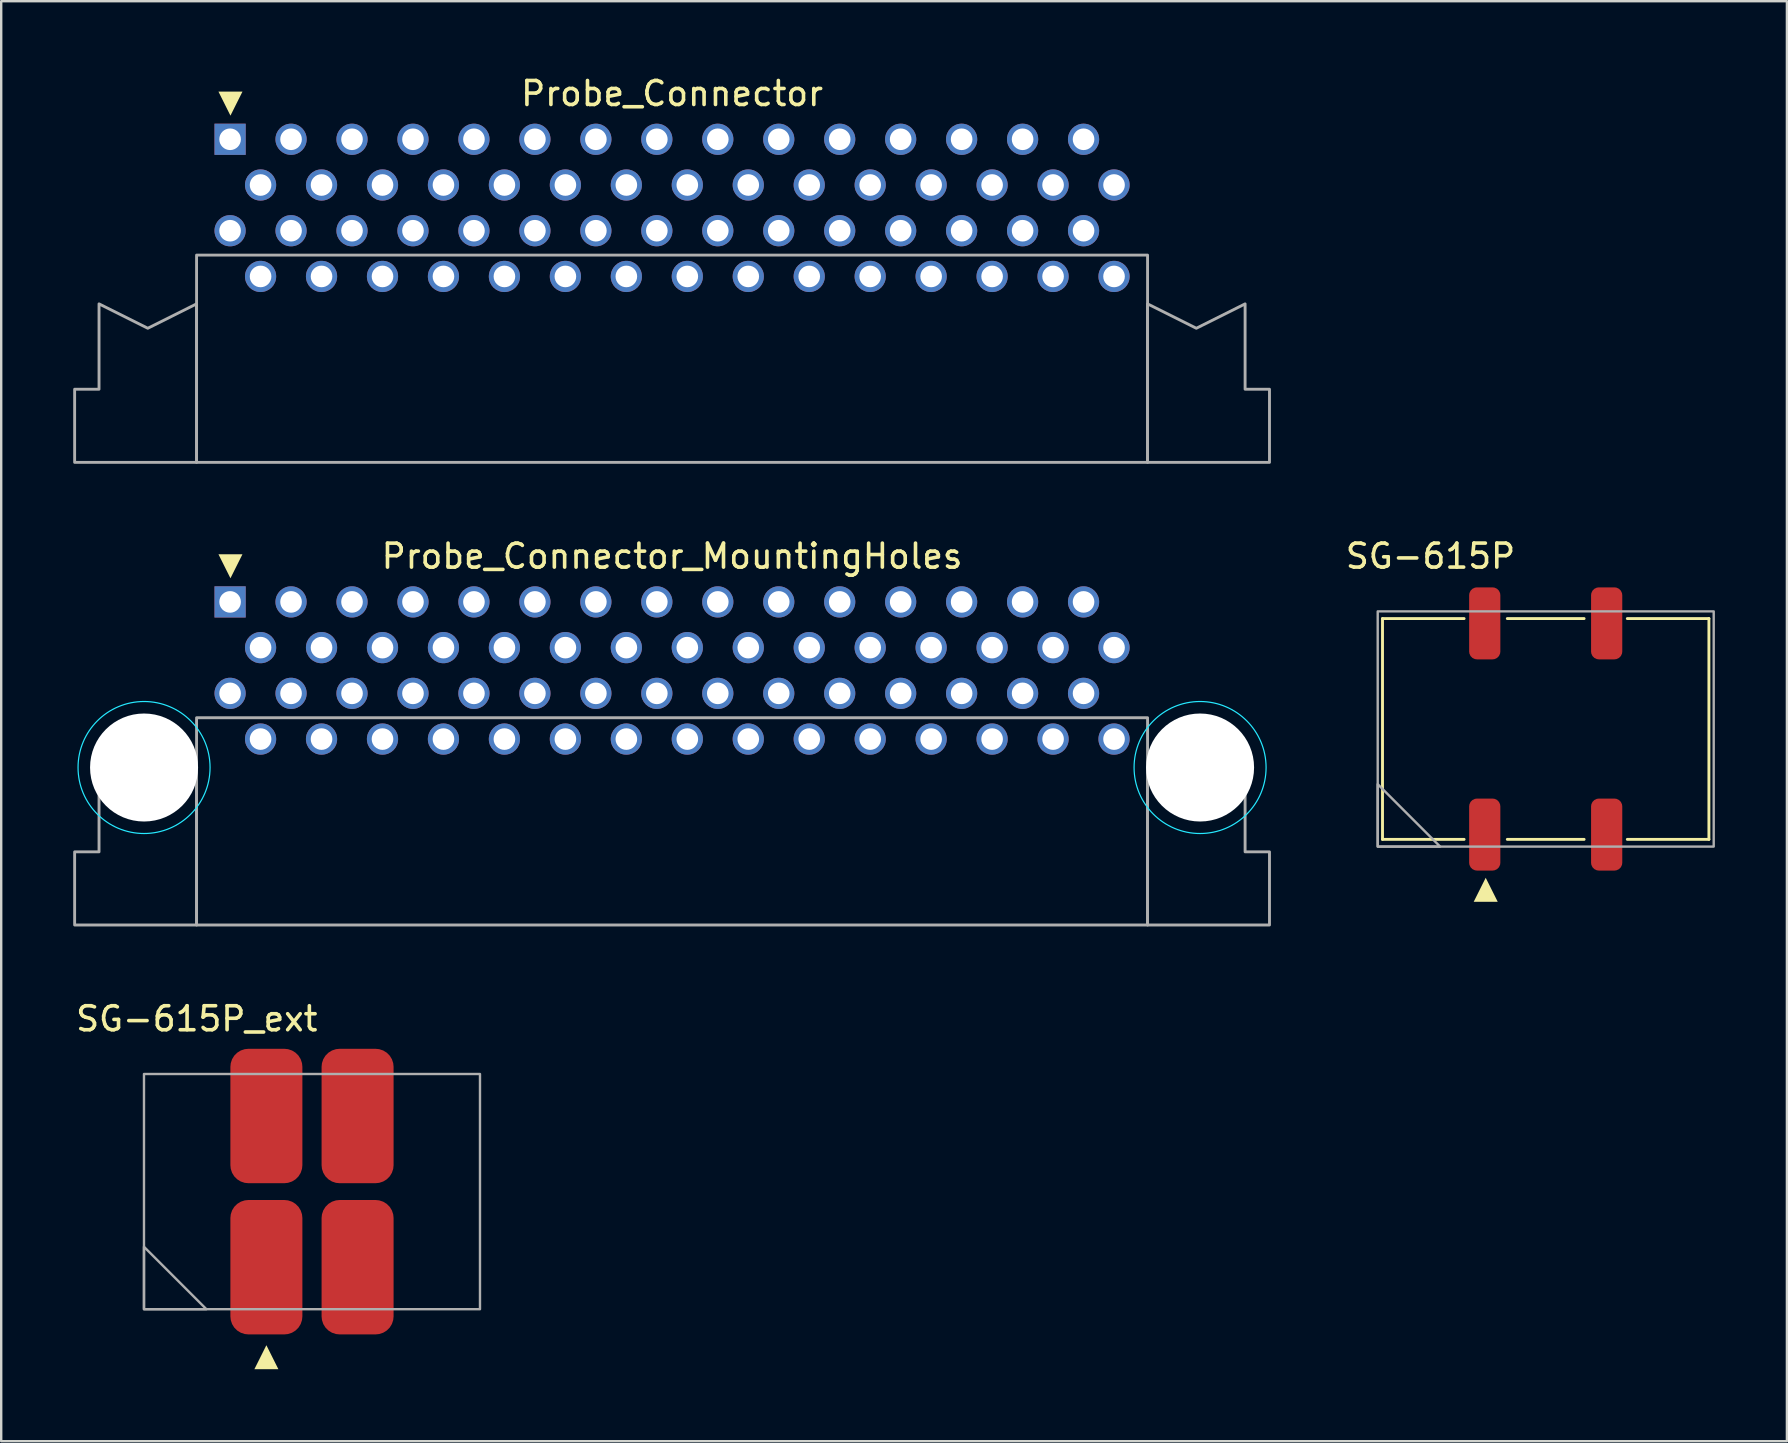
<source format=kicad_pcb>
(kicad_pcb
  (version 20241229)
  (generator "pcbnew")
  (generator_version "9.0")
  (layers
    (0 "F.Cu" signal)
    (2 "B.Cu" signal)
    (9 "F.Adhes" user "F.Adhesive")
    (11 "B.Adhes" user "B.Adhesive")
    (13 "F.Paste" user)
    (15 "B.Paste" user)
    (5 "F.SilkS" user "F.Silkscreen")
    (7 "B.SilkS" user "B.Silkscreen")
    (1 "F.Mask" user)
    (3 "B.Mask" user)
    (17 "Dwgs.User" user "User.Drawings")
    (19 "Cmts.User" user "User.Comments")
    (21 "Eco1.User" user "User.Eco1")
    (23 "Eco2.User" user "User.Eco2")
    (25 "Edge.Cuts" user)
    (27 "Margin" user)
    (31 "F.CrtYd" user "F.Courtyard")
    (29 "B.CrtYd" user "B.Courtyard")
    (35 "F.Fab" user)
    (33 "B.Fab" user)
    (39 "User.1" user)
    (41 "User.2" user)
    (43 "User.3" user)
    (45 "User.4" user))
  (footprint "Probe_Connector"
    (layer "F.Cu")
    (at 24.952 8.468)
    (property "Reference" "Probe_Connector" (at 0 -7.62 0) (unlocked yes) (layer "F.SilkS") (effects (font (size 1 1) (thickness 0.15))))
    (attr through_hole)
    (fp_poly (pts (xy -18.9 -7.7) (xy -17.9 -7.7) (xy -18.4 -6.7)) (stroke (width 0) (type solid)) (fill yes) (layer "F.SilkS"))
    (fp_rect (start -19.812 -0.889) (end 19.812 7.747) (stroke (width 0.12) (type default)) (fill no) (layer "F.Fab"))
    (fp_poly (pts (xy -23.876 1.143) (xy -21.844 2.159) (xy -19.812 1.143) (xy -19.812 7.747) (xy -24.892 7.747) (xy -24.892 4.699) (xy -23.876 4.699)) (stroke (width 0.12) (type solid)) (fill no) (layer "F.Fab"))
    (fp_poly (pts (xy 19.812 1.143) (xy 21.844 2.159) (xy 23.876 1.143) (xy 23.876 4.699) (xy 24.892 4.699) (xy 24.892 7.747) (xy 19.812 7.747)) (stroke (width 0.12) (type solid)) (fill no) (layer "F.Fab"))
    (pad "1" thru_hole rect (at -18.415 -5.715) (size 1.3 1.3) (drill 0.9) (layers "*.Cu" "*.Mask"))
    (pad "2" thru_hole circle (at -18.415 -1.905) (size 1.3 1.3) (drill 0.9) (layers "*.Cu" "*.Mask"))
    (pad "3" thru_hole circle (at -17.145 -3.81) (size 1.3 1.3) (drill 0.9) (layers "*.Cu" "*.Mask"))
    (pad "4" thru_hole circle (at -17.145 0) (size 1.3 1.3) (drill 0.9) (layers "*.Cu" "*.Mask"))
    (pad "5" thru_hole circle (at -15.875 -5.715) (size 1.3 1.3) (drill 0.9) (layers "*.Cu" "*.Mask"))
    (pad "6" thru_hole circle (at -15.875 -1.905) (size 1.3 1.3) (drill 0.9) (layers "*.Cu" "*.Mask"))
    (pad "7" thru_hole circle (at -14.605 -3.81) (size 1.3 1.3) (drill 0.9) (layers "*.Cu" "*.Mask"))
    (pad "8" thru_hole circle (at -14.605 0) (size 1.3 1.3) (drill 0.9) (layers "*.Cu" "*.Mask"))
    (pad "9" thru_hole circle (at -13.335 -5.715) (size 1.3 1.3) (drill 0.9) (layers "*.Cu" "*.Mask"))
    (pad "10" thru_hole circle (at -13.335 -1.905) (size 1.3 1.3) (drill 0.9) (layers "*.Cu" "*.Mask"))
    (pad "11" thru_hole circle (at -12.065 -3.81) (size 1.3 1.3) (drill 0.9) (layers "*.Cu" "*.Mask"))
    (pad "12" thru_hole circle (at -12.065 0) (size 1.3 1.3) (drill 0.9) (layers "*.Cu" "*.Mask"))
    (pad "13" thru_hole circle (at -10.795 -5.715) (size 1.3 1.3) (drill 0.9) (layers "*.Cu" "*.Mask"))
    (pad "14" thru_hole circle (at -10.795 -1.905) (size 1.3 1.3) (drill 0.9) (layers "*.Cu" "*.Mask"))
    (pad "15" thru_hole circle (at -9.525 -3.81) (size 1.3 1.3) (drill 0.9) (layers "*.Cu" "*.Mask"))
    (pad "16" thru_hole circle (at -9.525 0) (size 1.3 1.3) (drill 0.9) (layers "*.Cu" "*.Mask"))
    (pad "17" thru_hole circle (at -8.255 -5.715) (size 1.3 1.3) (drill 0.9) (layers "*.Cu" "*.Mask"))
    (pad "18" thru_hole circle (at -8.255 -1.905) (size 1.3 1.3) (drill 0.9) (layers "*.Cu" "*.Mask"))
    (pad "19" thru_hole circle (at -6.985 -3.81) (size 1.3 1.3) (drill 0.9) (layers "*.Cu" "*.Mask"))
    (pad "20" thru_hole circle (at -6.985 0) (size 1.3 1.3) (drill 0.9) (layers "*.Cu" "*.Mask"))
    (pad "21" thru_hole circle (at -5.715 -5.715) (size 1.3 1.3) (drill 0.9) (layers "*.Cu" "*.Mask"))
    (pad "22" thru_hole circle (at -5.715 -1.905) (size 1.3 1.3) (drill 0.9) (layers "*.Cu" "*.Mask"))
    (pad "23" thru_hole circle (at -4.445 -3.81) (size 1.3 1.3) (drill 0.9) (layers "*.Cu" "*.Mask"))
    (pad "24" thru_hole circle (at -4.445 0) (size 1.3 1.3) (drill 0.9) (layers "*.Cu" "*.Mask"))
    (pad "25" thru_hole circle (at -3.175 -5.715) (size 1.3 1.3) (drill 0.9) (layers "*.Cu" "*.Mask"))
    (pad "26" thru_hole circle (at -3.175 -1.905) (size 1.3 1.3) (drill 0.9) (layers "*.Cu" "*.Mask"))
    (pad "27" thru_hole circle (at -1.905 -3.81) (size 1.3 1.3) (drill 0.9) (layers "*.Cu" "*.Mask"))
    (pad "28" thru_hole circle (at -1.905 0) (size 1.3 1.3) (drill 0.9) (layers "*.Cu" "*.Mask"))
    (pad "29" thru_hole circle (at -0.635 -5.715) (size 1.3 1.3) (drill 0.9) (layers "*.Cu" "*.Mask"))
    (pad "30" thru_hole circle (at -0.635 -1.905) (size 1.3 1.3) (drill 0.9) (layers "*.Cu" "*.Mask"))
    (pad "31" thru_hole circle (at 0.635 -3.81) (size 1.3 1.3) (drill 0.9) (layers "*.Cu" "*.Mask"))
    (pad "32" thru_hole circle (at 0.635 0) (size 1.3 1.3) (drill 0.9) (layers "*.Cu" "*.Mask"))
    (pad "33" thru_hole circle (at 1.905 -5.715) (size 1.3 1.3) (drill 0.9) (layers "*.Cu" "*.Mask"))
    (pad "34" thru_hole circle (at 1.905 -1.905) (size 1.3 1.3) (drill 0.9) (layers "*.Cu" "*.Mask"))
    (pad "35" thru_hole circle (at 3.175 -3.81) (size 1.3 1.3) (drill 0.9) (layers "*.Cu" "*.Mask"))
    (pad "36" thru_hole circle (at 3.175 0) (size 1.3 1.3) (drill 0.9) (layers "*.Cu" "*.Mask"))
    (pad "37" thru_hole circle (at 4.445 -5.715) (size 1.3 1.3) (drill 0.9) (layers "*.Cu" "*.Mask"))
    (pad "38" thru_hole circle (at 4.445 -1.905) (size 1.3 1.3) (drill 0.9) (layers "*.Cu" "*.Mask"))
    (pad "39" thru_hole circle (at 5.715 -3.81) (size 1.3 1.3) (drill 0.9) (layers "*.Cu" "*.Mask"))
    (pad "40" thru_hole circle (at 5.715 0) (size 1.3 1.3) (drill 0.9) (layers "*.Cu" "*.Mask"))
    (pad "41" thru_hole circle (at 6.985 -5.715) (size 1.3 1.3) (drill 0.9) (layers "*.Cu" "*.Mask"))
    (pad "42" thru_hole circle (at 6.985 -1.905) (size 1.3 1.3) (drill 0.9) (layers "*.Cu" "*.Mask"))
    (pad "43" thru_hole circle (at 8.255 -3.81) (size 1.3 1.3) (drill 0.9) (layers "*.Cu" "*.Mask"))
    (pad "44" thru_hole circle (at 8.255 0) (size 1.3 1.3) (drill 0.9) (layers "*.Cu" "*.Mask"))
    (pad "45" thru_hole circle (at 9.525 -5.715) (size 1.3 1.3) (drill 0.9) (layers "*.Cu" "*.Mask"))
    (pad "46" thru_hole circle (at 9.525 -1.905) (size 1.3 1.3) (drill 0.9) (layers "*.Cu" "*.Mask"))
    (pad "47" thru_hole circle (at 10.795 -3.81) (size 1.3 1.3) (drill 0.9) (layers "*.Cu" "*.Mask"))
    (pad "48" thru_hole circle (at 10.795 0) (size 1.3 1.3) (drill 0.9) (layers "*.Cu" "*.Mask"))
    (pad "49" thru_hole circle (at 12.065 -5.715) (size 1.3 1.3) (drill 0.9) (layers "*.Cu" "*.Mask"))
    (pad "50" thru_hole circle (at 12.065 -1.905) (size 1.3 1.3) (drill 0.9) (layers "*.Cu" "*.Mask"))
    (pad "51" thru_hole circle (at 13.335 -3.81) (size 1.3 1.3) (drill 0.9) (layers "*.Cu" "*.Mask"))
    (pad "52" thru_hole circle (at 13.335 0) (size 1.3 1.3) (drill 0.9) (layers "*.Cu" "*.Mask"))
    (pad "53" thru_hole circle (at 14.605 -5.715) (size 1.3 1.3) (drill 0.9) (layers "*.Cu" "*.Mask"))
    (pad "54" thru_hole circle (at 14.605 -1.905) (size 1.3 1.3) (drill 0.9) (layers "*.Cu" "*.Mask"))
    (pad "55" thru_hole circle (at 15.875 -3.81) (size 1.3 1.3) (drill 0.9) (layers "*.Cu" "*.Mask"))
    (pad "56" thru_hole circle (at 15.875 0) (size 1.3 1.3) (drill 0.9) (layers "*.Cu" "*.Mask"))
    (pad "57" thru_hole circle (at 17.145 -5.715) (size 1.3 1.3) (drill 0.9) (layers "*.Cu" "*.Mask"))
    (pad "58" thru_hole circle (at 17.145 -1.905) (size 1.3 1.3) (drill 0.9) (layers "*.Cu" "*.Mask"))
    (pad "59" thru_hole circle (at 18.415 -3.81) (size 1.3 1.3) (drill 0.9) (layers "*.Cu" "*.Mask"))
    (pad "60" thru_hole circle (at 18.415 0) (size 1.3 1.3) (drill 0.9) (layers "*.Cu" "*.Mask")))
  (footprint "SG-615P_ext"
    (layer "F.Cu")
    (at 9.949 46.599)
    (property "Reference" "SG-615P_ext" (at -4.8 -7.2 0) (unlocked yes) (layer "F.SilkS") (effects (font (size 1 1) (thickness 0.15))))
    (attr smd)
    (fp_poly (pts (xy -1.4 7.4) (xy -2.4 7.4) (xy -1.9 6.4)) (stroke (width 0) (type solid)) (fill yes) (layer "F.SilkS"))
    (fp_rect (start -7 -4.9) (end 7 4.9) (stroke (width 0.1) (type default)) (fill no) (layer "F.Fab"))
    (fp_poly (pts (xy -7 4.9) (xy -7 2.3) (xy -4.4 4.9)) (stroke (width 0.1) (type solid)) (fill no) (layer "F.Fab"))
    (pad "1" smd roundrect (at -1.9 3.15) (size 3 5.6) (layers "F.Cu" "F.Mask" "F.Paste") (roundrect_rratio 0.25))
    (pad "2" smd roundrect (at 1.9 3.15) (size 3 5.6) (layers "F.Cu" "F.Mask" "F.Paste") (roundrect_rratio 0.25))
    (pad "3" smd roundrect (at 1.9 -3.15) (size 3 5.6) (layers "F.Cu" "F.Mask" "F.Paste") (roundrect_rratio 0.25))
    (pad "4" smd roundrect (at -1.9 -3.15) (size 3 5.6) (layers "F.Cu" "F.Mask" "F.Paste") (roundrect_rratio 0.25)))
  (footprint "Probe_Connector_MountingHoles"
    (layer "F.Cu")
    (at 24.952 27.744)
    (property "Reference" "Probe_Connector_MountingHoles" (at 0 -7.62 0) (unlocked yes) (layer "F.SilkS") (effects (font (size 1 1) (thickness 0.15))))
    (attr through_hole)
    (fp_poly (pts (xy -18.9 -7.7) (xy -17.9 -7.7) (xy -18.4 -6.7)) (stroke (width 0) (type solid)) (fill yes) (layer "F.SilkS"))
    (fp_circle (center -22 1.185) (end -19.25 1.185) (stroke (width 0.05) (type default)) (fill no) (layer "B.CrtYd"))
    (fp_circle (center 22 1.185) (end 24.75 1.185) (stroke (width 0.05) (type default)) (fill no) (layer "B.CrtYd"))
    (fp_rect (start -19.812 -0.889) (end 19.812 7.747) (stroke (width 0.12) (type default)) (fill no) (layer "F.Fab"))
    (fp_poly (pts (xy -23.876 1.143) (xy -21.844 2.159) (xy -19.812 1.143) (xy -19.812 7.747) (xy -24.892 7.747) (xy -24.892 4.699) (xy -23.876 4.699)) (stroke (width 0.12) (type solid)) (fill no) (layer "F.Fab"))
    (fp_poly (pts (xy 19.812 1.143) (xy 21.844 2.159) (xy 23.876 1.143) (xy 23.876 4.699) (xy 24.892 4.699) (xy 24.892 7.747) (xy 19.812 7.747)) (stroke (width 0.12) (type solid)) (fill no) (layer "F.Fab"))
    (pad "" np_thru_hole circle (at -22 1.185) (size 4.5 4.5) (drill 4.5) (layers "*.Cu" "*.Mask"))
    (pad "" np_thru_hole circle (at 22 1.185) (size 4.5 4.5) (drill 4.5) (layers "*.Cu" "*.Mask"))
    (pad "1" thru_hole rect (at -18.415 -5.715) (size 1.3 1.3) (drill 0.9) (layers "*.Cu" "*.Mask"))
    (pad "2" thru_hole circle (at -18.415 -1.905) (size 1.3 1.3) (drill 0.9) (layers "*.Cu" "*.Mask"))
    (pad "3" thru_hole circle (at -17.145 -3.81) (size 1.3 1.3) (drill 0.9) (layers "*.Cu" "*.Mask"))
    (pad "4" thru_hole circle (at -17.145 0) (size 1.3 1.3) (drill 0.9) (layers "*.Cu" "*.Mask"))
    (pad "5" thru_hole circle (at -15.875 -5.715) (size 1.3 1.3) (drill 0.9) (layers "*.Cu" "*.Mask"))
    (pad "6" thru_hole circle (at -15.875 -1.905) (size 1.3 1.3) (drill 0.9) (layers "*.Cu" "*.Mask"))
    (pad "7" thru_hole circle (at -14.605 -3.81) (size 1.3 1.3) (drill 0.9) (layers "*.Cu" "*.Mask"))
    (pad "8" thru_hole circle (at -14.605 0) (size 1.3 1.3) (drill 0.9) (layers "*.Cu" "*.Mask"))
    (pad "9" thru_hole circle (at -13.335 -5.715) (size 1.3 1.3) (drill 0.9) (layers "*.Cu" "*.Mask"))
    (pad "10" thru_hole circle (at -13.335 -1.905) (size 1.3 1.3) (drill 0.9) (layers "*.Cu" "*.Mask"))
    (pad "11" thru_hole circle (at -12.065 -3.81) (size 1.3 1.3) (drill 0.9) (layers "*.Cu" "*.Mask"))
    (pad "12" thru_hole circle (at -12.065 0) (size 1.3 1.3) (drill 0.9) (layers "*.Cu" "*.Mask"))
    (pad "13" thru_hole circle (at -10.795 -5.715) (size 1.3 1.3) (drill 0.9) (layers "*.Cu" "*.Mask"))
    (pad "14" thru_hole circle (at -10.795 -1.905) (size 1.3 1.3) (drill 0.9) (layers "*.Cu" "*.Mask"))
    (pad "15" thru_hole circle (at -9.525 -3.81) (size 1.3 1.3) (drill 0.9) (layers "*.Cu" "*.Mask"))
    (pad "16" thru_hole circle (at -9.525 0) (size 1.3 1.3) (drill 0.9) (layers "*.Cu" "*.Mask"))
    (pad "17" thru_hole circle (at -8.255 -5.715) (size 1.3 1.3) (drill 0.9) (layers "*.Cu" "*.Mask"))
    (pad "18" thru_hole circle (at -8.255 -1.905) (size 1.3 1.3) (drill 0.9) (layers "*.Cu" "*.Mask"))
    (pad "19" thru_hole circle (at -6.985 -3.81) (size 1.3 1.3) (drill 0.9) (layers "*.Cu" "*.Mask"))
    (pad "20" thru_hole circle (at -6.985 0) (size 1.3 1.3) (drill 0.9) (layers "*.Cu" "*.Mask"))
    (pad "21" thru_hole circle (at -5.715 -5.715) (size 1.3 1.3) (drill 0.9) (layers "*.Cu" "*.Mask"))
    (pad "22" thru_hole circle (at -5.715 -1.905) (size 1.3 1.3) (drill 0.9) (layers "*.Cu" "*.Mask"))
    (pad "23" thru_hole circle (at -4.445 -3.81) (size 1.3 1.3) (drill 0.9) (layers "*.Cu" "*.Mask"))
    (pad "24" thru_hole circle (at -4.445 0) (size 1.3 1.3) (drill 0.9) (layers "*.Cu" "*.Mask"))
    (pad "25" thru_hole circle (at -3.175 -5.715) (size 1.3 1.3) (drill 0.9) (layers "*.Cu" "*.Mask"))
    (pad "26" thru_hole circle (at -3.175 -1.905) (size 1.3 1.3) (drill 0.9) (layers "*.Cu" "*.Mask"))
    (pad "27" thru_hole circle (at -1.905 -3.81) (size 1.3 1.3) (drill 0.9) (layers "*.Cu" "*.Mask"))
    (pad "28" thru_hole circle (at -1.905 0) (size 1.3 1.3) (drill 0.9) (layers "*.Cu" "*.Mask"))
    (pad "29" thru_hole circle (at -0.635 -5.715) (size 1.3 1.3) (drill 0.9) (layers "*.Cu" "*.Mask"))
    (pad "30" thru_hole circle (at -0.635 -1.905) (size 1.3 1.3) (drill 0.9) (layers "*.Cu" "*.Mask"))
    (pad "31" thru_hole circle (at 0.635 -3.81) (size 1.3 1.3) (drill 0.9) (layers "*.Cu" "*.Mask"))
    (pad "32" thru_hole circle (at 0.635 0) (size 1.3 1.3) (drill 0.9) (layers "*.Cu" "*.Mask"))
    (pad "33" thru_hole circle (at 1.905 -5.715) (size 1.3 1.3) (drill 0.9) (layers "*.Cu" "*.Mask"))
    (pad "34" thru_hole circle (at 1.905 -1.905) (size 1.3 1.3) (drill 0.9) (layers "*.Cu" "*.Mask"))
    (pad "35" thru_hole circle (at 3.175 -3.81) (size 1.3 1.3) (drill 0.9) (layers "*.Cu" "*.Mask"))
    (pad "36" thru_hole circle (at 3.175 0) (size 1.3 1.3) (drill 0.9) (layers "*.Cu" "*.Mask"))
    (pad "37" thru_hole circle (at 4.445 -5.715) (size 1.3 1.3) (drill 0.9) (layers "*.Cu" "*.Mask"))
    (pad "38" thru_hole circle (at 4.445 -1.905) (size 1.3 1.3) (drill 0.9) (layers "*.Cu" "*.Mask"))
    (pad "39" thru_hole circle (at 5.715 -3.81) (size 1.3 1.3) (drill 0.9) (layers "*.Cu" "*.Mask"))
    (pad "40" thru_hole circle (at 5.715 0) (size 1.3 1.3) (drill 0.9) (layers "*.Cu" "*.Mask"))
    (pad "41" thru_hole circle (at 6.985 -5.715) (size 1.3 1.3) (drill 0.9) (layers "*.Cu" "*.Mask"))
    (pad "42" thru_hole circle (at 6.985 -1.905) (size 1.3 1.3) (drill 0.9) (layers "*.Cu" "*.Mask"))
    (pad "43" thru_hole circle (at 8.255 -3.81) (size 1.3 1.3) (drill 0.9) (layers "*.Cu" "*.Mask"))
    (pad "44" thru_hole circle (at 8.255 0) (size 1.3 1.3) (drill 0.9) (layers "*.Cu" "*.Mask"))
    (pad "45" thru_hole circle (at 9.525 -5.715) (size 1.3 1.3) (drill 0.9) (layers "*.Cu" "*.Mask"))
    (pad "46" thru_hole circle (at 9.525 -1.905) (size 1.3 1.3) (drill 0.9) (layers "*.Cu" "*.Mask"))
    (pad "47" thru_hole circle (at 10.795 -3.81) (size 1.3 1.3) (drill 0.9) (layers "*.Cu" "*.Mask"))
    (pad "48" thru_hole circle (at 10.795 0) (size 1.3 1.3) (drill 0.9) (layers "*.Cu" "*.Mask"))
    (pad "49" thru_hole circle (at 12.065 -5.715) (size 1.3 1.3) (drill 0.9) (layers "*.Cu" "*.Mask"))
    (pad "50" thru_hole circle (at 12.065 -1.905) (size 1.3 1.3) (drill 0.9) (layers "*.Cu" "*.Mask"))
    (pad "51" thru_hole circle (at 13.335 -3.81) (size 1.3 1.3) (drill 0.9) (layers "*.Cu" "*.Mask"))
    (pad "52" thru_hole circle (at 13.335 0) (size 1.3 1.3) (drill 0.9) (layers "*.Cu" "*.Mask"))
    (pad "53" thru_hole circle (at 14.605 -5.715) (size 1.3 1.3) (drill 0.9) (layers "*.Cu" "*.Mask"))
    (pad "54" thru_hole circle (at 14.605 -1.905) (size 1.3 1.3) (drill 0.9) (layers "*.Cu" "*.Mask"))
    (pad "55" thru_hole circle (at 15.875 -3.81) (size 1.3 1.3) (drill 0.9) (layers "*.Cu" "*.Mask"))
    (pad "56" thru_hole circle (at 15.875 0) (size 1.3 1.3) (drill 0.9) (layers "*.Cu" "*.Mask"))
    (pad "57" thru_hole circle (at 17.145 -5.715) (size 1.3 1.3) (drill 0.9) (layers "*.Cu" "*.Mask"))
    (pad "58" thru_hole circle (at 17.145 -1.905) (size 1.3 1.3) (drill 0.9) (layers "*.Cu" "*.Mask"))
    (pad "59" thru_hole circle (at 18.415 -3.81) (size 1.3 1.3) (drill 0.9) (layers "*.Cu" "*.Mask"))
    (pad "60" thru_hole circle (at 18.415 0) (size 1.3 1.3) (drill 0.9) (layers "*.Cu" "*.Mask")))
  (footprint "SG-615P"
    (layer "F.Cu")
    (at 61.353 27.323)
    (property "Reference" "SG-615P" (at -4.8 -7.2 0) (unlocked yes) (layer "F.SilkS") (effects (font (size 1 1) (thickness 0.15))))
    (attr smd)
    (fp_line (start -6.8 -4.6) (end -6.8 4.6) (stroke (width 0.12) (type default)) (layer "F.SilkS"))
    (fp_line (start -6.8 -4.6) (end -3.4 -4.6) (stroke (width 0.12) (type default)) (layer "F.SilkS"))
    (fp_line (start -6.8 4.6) (end -3.4 4.6) (stroke (width 0.12) (type default)) (layer "F.SilkS"))
    (fp_line (start -1.6 -4.6) (end 1.6 -4.6) (stroke (width 0.12) (type default)) (layer "F.SilkS"))
    (fp_line (start -1.6 4.6) (end 1.6 4.6) (stroke (width 0.12) (type default)) (layer "F.SilkS"))
    (fp_line (start 3.4 -4.6) (end 6.8 -4.6) (stroke (width 0.12) (type default)) (layer "F.SilkS"))
    (fp_line (start 6.8 -4.6) (end 6.8 4.6) (stroke (width 0.12) (type default)) (layer "F.SilkS"))
    (fp_line (start 6.8 4.6) (end 3.4 4.6) (stroke (width 0.12) (type default)) (layer "F.SilkS"))
    (fp_poly (pts (xy -2 7.2) (xy -3 7.2) (xy -2.5 6.2)) (stroke (width 0) (type solid)) (fill yes) (layer "F.SilkS"))
    (fp_rect (start -7 -4.9) (end 7 4.9) (stroke (width 0.1) (type default)) (fill no) (layer "F.Fab"))
    (fp_poly (pts (xy -7 4.9) (xy -7 2.3) (xy -4.4 4.9)) (stroke (width 0.1) (type solid)) (fill no) (layer "F.Fab"))
    (pad "1" smd roundrect (at -2.54 4.4 180) (size 1.3 3) (layers "F.Cu" "F.Mask" "F.Paste") (roundrect_rratio 0.25))
    (pad "2" smd roundrect (at 2.54 4.4 180) (size 1.3 3) (layers "F.Cu" "F.Mask" "F.Paste") (roundrect_rratio 0.25))
    (pad "3" smd roundrect (at 2.54 -4.4 180) (size 1.3 3) (layers "F.Cu" "F.Mask" "F.Paste") (roundrect_rratio 0.25))
    (pad "4" smd roundrect (at -2.54 -4.4 180) (size 1.3 3) (layers "F.Cu" "F.Mask" "F.Paste") (roundrect_rratio 0.25)))
  (gr_rect
    (start -3 -3)
    (end 71.403 56.999)
    (stroke (width 0.1) (type default))
    (fill no)
    (layer "Edge.Cuts")))
</source>
